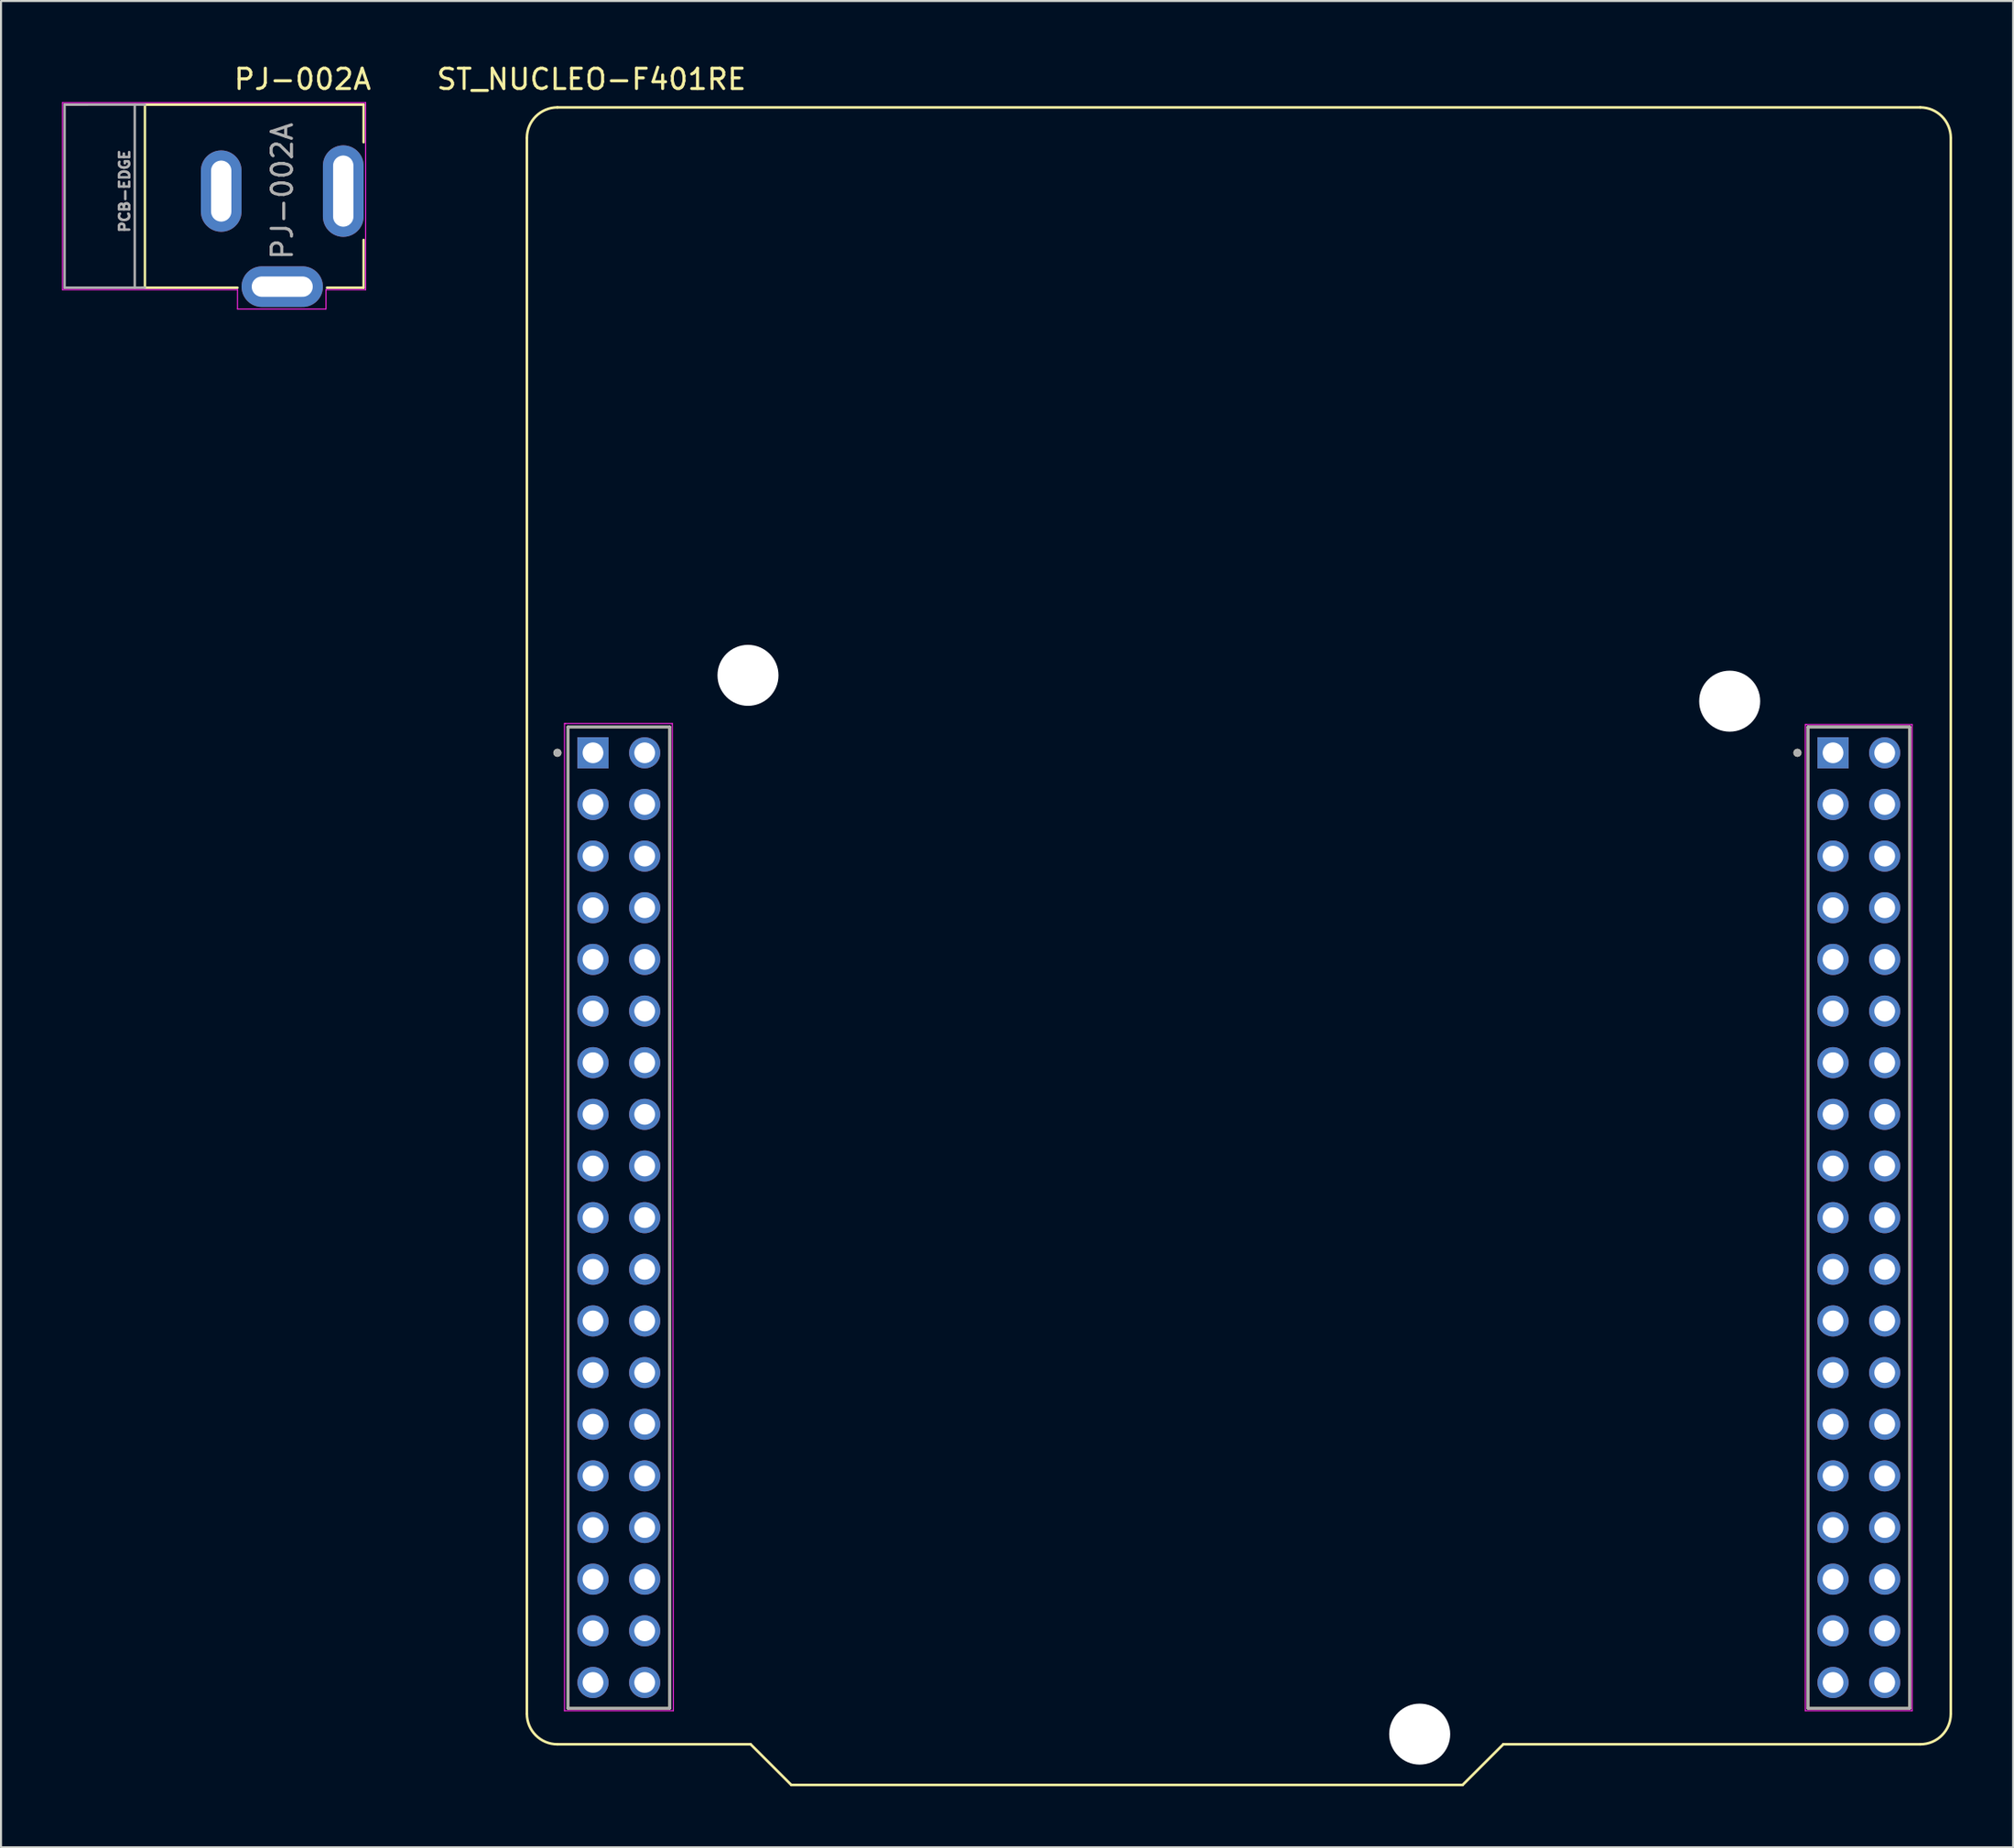
<source format=kicad_pcb>
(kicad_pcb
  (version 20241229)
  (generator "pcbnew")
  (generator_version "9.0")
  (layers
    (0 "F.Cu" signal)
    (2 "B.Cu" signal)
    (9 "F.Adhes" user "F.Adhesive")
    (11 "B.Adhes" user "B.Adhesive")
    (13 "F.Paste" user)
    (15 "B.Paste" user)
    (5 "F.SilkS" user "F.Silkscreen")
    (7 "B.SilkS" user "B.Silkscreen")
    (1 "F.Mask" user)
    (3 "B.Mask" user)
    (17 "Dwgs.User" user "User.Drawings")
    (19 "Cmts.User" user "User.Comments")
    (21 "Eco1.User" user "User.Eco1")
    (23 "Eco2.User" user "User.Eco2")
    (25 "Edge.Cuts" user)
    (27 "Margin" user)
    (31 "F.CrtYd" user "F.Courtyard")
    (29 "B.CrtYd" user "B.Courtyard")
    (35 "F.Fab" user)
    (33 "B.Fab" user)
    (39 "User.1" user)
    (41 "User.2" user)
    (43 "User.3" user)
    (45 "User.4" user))
  (footprint "ST_NUCLEO-F401RE"
    (layer "F.Cu")
    (at 57.852 43.483)
    (property "Reference" "ST_NUCLEO-F401RE" (at -31.825 -42.635 0) (layer "F.SilkS") (effects (font (size 1 1) (thickness 0.15))))
    (attr through_hole)
    (fp_line (start -35 37.75) (end -35 -39.75) (stroke (width 0.127) (type solid)) (layer "F.SilkS"))
    (fp_line (start -33.5 -41.25) (end 33.5 -41.25) (stroke (width 0.127) (type solid)) (layer "F.SilkS"))
    (fp_line (start -32.98 -10.78) (end -32.98 37.48) (stroke (width 0.127) (type solid)) (layer "F.SilkS"))
    (fp_line (start -32.98 37.48) (end -27.98 37.48) (stroke (width 0.127) (type solid)) (layer "F.SilkS"))
    (fp_line (start -27.98 -10.78) (end -32.98 -10.78) (stroke (width 0.127) (type solid)) (layer "F.SilkS"))
    (fp_line (start -27.98 37.48) (end -27.98 -10.78) (stroke (width 0.127) (type solid)) (layer "F.SilkS"))
    (fp_line (start -24 39.25) (end -33.5 39.25) (stroke (width 0.127) (type solid)) (layer "F.SilkS"))
    (fp_line (start -22 41.25) (end -24 39.25) (stroke (width 0.127) (type solid)) (layer "F.SilkS"))
    (fp_line (start 11 41.25) (end -22 41.25) (stroke (width 0.127) (type solid)) (layer "F.SilkS"))
    (fp_line (start 13 39.25) (end 11 41.25) (stroke (width 0.127) (type solid)) (layer "F.SilkS"))
    (fp_line (start 27.98 -10.78) (end 27.98 37.48) (stroke (width 0.127) (type solid)) (layer "F.SilkS"))
    (fp_line (start 27.98 37.48) (end 32.98 37.48) (stroke (width 0.127) (type solid)) (layer "F.SilkS"))
    (fp_line (start 32.98 -10.78) (end 27.98 -10.78) (stroke (width 0.127) (type solid)) (layer "F.SilkS"))
    (fp_line (start 32.98 37.48) (end 32.98 -10.78) (stroke (width 0.127) (type solid)) (layer "F.SilkS"))
    (fp_line (start 33.5 39.25) (end 13 39.25) (stroke (width 0.127) (type solid)) (layer "F.SilkS"))
    (fp_line (start 35 -39.75) (end 35 37.75) (stroke (width 0.127) (type solid)) (layer "F.SilkS"))
    (fp_arc (start -35 -39.75) (mid -34.56066 -40.81066) (end -33.5 -41.25) (stroke (width 0.127) (type solid)) (layer "F.SilkS"))
    (fp_arc (start -33.5 39.25) (mid -34.56066 38.81066) (end -35 37.75) (stroke (width 0.127) (type solid)) (layer "F.SilkS"))
    (fp_arc (start 33.5 -41.25) (mid 34.56066 -40.81066) (end 35 -39.75) (stroke (width 0.127) (type solid)) (layer "F.SilkS"))
    (fp_arc (start 35 37.75) (mid 34.56066 38.81066) (end 33.5 39.25) (stroke (width 0.127) (type solid)) (layer "F.SilkS"))
    (fp_circle (center -33.5 -9.51) (end -33.4 -9.51) (stroke (width 0.2) (type solid)) (fill no) (layer "F.SilkS"))
    (fp_circle (center 27.46 -9.51) (end 27.56 -9.51) (stroke (width 0.2) (type solid)) (fill no) (layer "F.SilkS"))
    (fp_line (start -33.15 -10.95) (end -33.1 -10.95) (stroke (width 0.05) (type solid)) (layer "F.CrtYd"))
    (fp_line (start -33.15 37.6) (end -33.15 -10.95) (stroke (width 0.05) (type solid)) (layer "F.CrtYd"))
    (fp_line (start -33.1 -10.95) (end -27.85 -10.95) (stroke (width 0.05) (type solid)) (layer "F.CrtYd"))
    (fp_line (start -27.85 -10.95) (end -27.8 37.6) (stroke (width 0.05) (type solid)) (layer "F.CrtYd"))
    (fp_line (start -27.8 37.6) (end -33.15 37.6) (stroke (width 0.05) (type solid)) (layer "F.CrtYd"))
    (fp_line (start 27.85 -10.9) (end 27.9 -10.9) (stroke (width 0.05) (type solid)) (layer "F.CrtYd"))
    (fp_line (start 27.85 37.6) (end 27.85 -10.9) (stroke (width 0.05) (type solid)) (layer "F.CrtYd"))
    (fp_line (start 27.9 -10.9) (end 33.1 -10.9) (stroke (width 0.05) (type solid)) (layer "F.CrtYd"))
    (fp_line (start 33.1 -10.9) (end 33.1 37.6) (stroke (width 0.05) (type solid)) (layer "F.CrtYd"))
    (fp_line (start 33.1 37.6) (end 27.85 37.6) (stroke (width 0.05) (type solid)) (layer "F.CrtYd"))
    (fp_line (start -32.98 -10.78) (end -32.98 37.48) (stroke (width 0.127) (type solid)) (layer "F.Fab"))
    (fp_line (start -32.98 37.48) (end -27.98 37.48) (stroke (width 0.127) (type solid)) (layer "F.Fab"))
    (fp_line (start -27.98 -10.78) (end -32.98 -10.78) (stroke (width 0.127) (type solid)) (layer "F.Fab"))
    (fp_line (start -27.98 37.48) (end -27.98 -10.78) (stroke (width 0.127) (type solid)) (layer "F.Fab"))
    (fp_line (start 27.98 -10.78) (end 27.98 37.48) (stroke (width 0.127) (type solid)) (layer "F.Fab"))
    (fp_line (start 27.98 37.48) (end 32.98 37.48) (stroke (width 0.127) (type solid)) (layer "F.Fab"))
    (fp_line (start 32.98 -10.78) (end 27.98 -10.78) (stroke (width 0.127) (type solid)) (layer "F.Fab"))
    (fp_line (start 32.98 37.48) (end 32.98 -10.78) (stroke (width 0.127) (type solid)) (layer "F.Fab"))
    (fp_circle (center -33.5 -9.51) (end -33.4 -9.51) (stroke (width 0.2) (type solid)) (fill no) (layer "F.Fab"))
    (fp_circle (center 27.46 -9.51) (end 27.56 -9.51) (stroke (width 0.2) (type solid)) (fill no) (layer "F.Fab"))
    (pad "" np_thru_hole circle (at -24.13 -13.32) (size 3 3) (drill 3) (layers "*.Cu" "*.Mask"))
    (pad "" np_thru_hole circle (at 8.89 38.75) (size 3 3) (drill 3) (layers "*.Cu" "*.Mask"))
    (pad "" np_thru_hole circle (at 24.13 -12.05) (size 3 3) (drill 3) (layers "*.Cu" "*.Mask"))
    (pad "1" thru_hole rect (at -31.75 -9.51) (size 1.53 1.53) (drill 1.02) (layers "*.Cu" "*.Mask"))
    (pad "2" thru_hole circle (at -29.21 -9.51) (size 1.53 1.53) (drill 1.02) (layers "*.Cu" "*.Mask"))
    (pad "3" thru_hole circle (at -31.75 -6.97) (size 1.53 1.53) (drill 1.02) (layers "*.Cu" "*.Mask"))
    (pad "4" thru_hole circle (at -29.21 -6.97) (size 1.53 1.53) (drill 1.02) (layers "*.Cu" "*.Mask"))
    (pad "5" thru_hole circle (at -31.75 -4.43) (size 1.53 1.53) (drill 1.02) (layers "*.Cu" "*.Mask"))
    (pad "6" thru_hole circle (at -29.21 -4.43) (size 1.53 1.53) (drill 1.02) (layers "*.Cu" "*.Mask"))
    (pad "7" thru_hole circle (at -31.75 -1.89) (size 1.53 1.53) (drill 1.02) (layers "*.Cu" "*.Mask"))
    (pad "8" thru_hole circle (at -29.21 -1.89) (size 1.53 1.53) (drill 1.02) (layers "*.Cu" "*.Mask"))
    (pad "9" thru_hole circle (at -31.75 0.65) (size 1.53 1.53) (drill 1.02) (layers "*.Cu" "*.Mask"))
    (pad "10" thru_hole circle (at -29.21 0.65) (size 1.53 1.53) (drill 1.02) (layers "*.Cu" "*.Mask"))
    (pad "11" thru_hole circle (at -31.75 3.19) (size 1.53 1.53) (drill 1.02) (layers "*.Cu" "*.Mask"))
    (pad "12" thru_hole circle (at -29.21 3.19) (size 1.53 1.53) (drill 1.02) (layers "*.Cu" "*.Mask"))
    (pad "13" thru_hole circle (at -31.75 5.73) (size 1.53 1.53) (drill 1.02) (layers "*.Cu" "*.Mask"))
    (pad "14" thru_hole circle (at -29.21 5.73) (size 1.53 1.53) (drill 1.02) (layers "*.Cu" "*.Mask"))
    (pad "15" thru_hole circle (at -31.75 8.27) (size 1.53 1.53) (drill 1.02) (layers "*.Cu" "*.Mask"))
    (pad "16" thru_hole circle (at -29.21 8.27) (size 1.53 1.53) (drill 1.02) (layers "*.Cu" "*.Mask"))
    (pad "17" thru_hole circle (at -31.75 10.81) (size 1.53 1.53) (drill 1.02) (layers "*.Cu" "*.Mask"))
    (pad "18" thru_hole circle (at -29.21 10.81) (size 1.53 1.53) (drill 1.02) (layers "*.Cu" "*.Mask"))
    (pad "19" thru_hole circle (at -31.75 13.35) (size 1.53 1.53) (drill 1.02) (layers "*.Cu" "*.Mask"))
    (pad "20" thru_hole circle (at -29.21 13.35) (size 1.53 1.53) (drill 1.02) (layers "*.Cu" "*.Mask"))
    (pad "21" thru_hole circle (at -31.75 15.89) (size 1.53 1.53) (drill 1.02) (layers "*.Cu" "*.Mask"))
    (pad "22" thru_hole circle (at -29.21 15.89) (size 1.53 1.53) (drill 1.02) (layers "*.Cu" "*.Mask"))
    (pad "23" thru_hole circle (at -31.75 18.43) (size 1.53 1.53) (drill 1.02) (layers "*.Cu" "*.Mask"))
    (pad "24" thru_hole circle (at -29.21 18.43) (size 1.53 1.53) (drill 1.02) (layers "*.Cu" "*.Mask"))
    (pad "25" thru_hole circle (at -31.75 20.97) (size 1.53 1.53) (drill 1.02) (layers "*.Cu" "*.Mask"))
    (pad "26" thru_hole circle (at -29.21 20.97) (size 1.53 1.53) (drill 1.02) (layers "*.Cu" "*.Mask"))
    (pad "27" thru_hole circle (at -31.75 23.51) (size 1.53 1.53) (drill 1.02) (layers "*.Cu" "*.Mask"))
    (pad "28" thru_hole circle (at -29.21 23.51) (size 1.53 1.53) (drill 1.02) (layers "*.Cu" "*.Mask"))
    (pad "29" thru_hole circle (at -31.75 26.05) (size 1.53 1.53) (drill 1.02) (layers "*.Cu" "*.Mask"))
    (pad "30" thru_hole circle (at -29.21 26.05) (size 1.53 1.53) (drill 1.02) (layers "*.Cu" "*.Mask"))
    (pad "31" thru_hole circle (at -31.75 28.59) (size 1.53 1.53) (drill 1.02) (layers "*.Cu" "*.Mask"))
    (pad "32" thru_hole circle (at -29.21 28.59) (size 1.53 1.53) (drill 1.02) (layers "*.Cu" "*.Mask"))
    (pad "33" thru_hole circle (at -31.75 31.13) (size 1.53 1.53) (drill 1.02) (layers "*.Cu" "*.Mask"))
    (pad "34" thru_hole circle (at -29.21 31.13) (size 1.53 1.53) (drill 1.02) (layers "*.Cu" "*.Mask"))
    (pad "35" thru_hole circle (at -31.75 33.67) (size 1.53 1.53) (drill 1.02) (layers "*.Cu" "*.Mask"))
    (pad "36" thru_hole circle (at -29.21 33.67) (size 1.53 1.53) (drill 1.02) (layers "*.Cu" "*.Mask"))
    (pad "37" thru_hole circle (at -31.75 36.21) (size 1.53 1.53) (drill 1.02) (layers "*.Cu" "*.Mask"))
    (pad "38" thru_hole circle (at -29.21 36.21) (size 1.53 1.53) (drill 1.02) (layers "*.Cu" "*.Mask"))
    (pad "39" thru_hole rect (at 29.21 -9.51) (size 1.53 1.53) (drill 1.02) (layers "*.Cu" "*.Mask"))
    (pad "40" thru_hole circle (at 31.75 -9.51) (size 1.53 1.53) (drill 1.02) (layers "*.Cu" "*.Mask"))
    (pad "41" thru_hole circle (at 29.21 -6.97) (size 1.53 1.53) (drill 1.02) (layers "*.Cu" "*.Mask"))
    (pad "42" thru_hole circle (at 31.75 -6.97) (size 1.53 1.53) (drill 1.02) (layers "*.Cu" "*.Mask"))
    (pad "43" thru_hole circle (at 29.21 -4.43) (size 1.53 1.53) (drill 1.02) (layers "*.Cu" "*.Mask"))
    (pad "44" thru_hole circle (at 31.75 -4.43) (size 1.53 1.53) (drill 1.02) (layers "*.Cu" "*.Mask"))
    (pad "45" thru_hole circle (at 29.21 -1.89) (size 1.53 1.53) (drill 1.02) (layers "*.Cu" "*.Mask"))
    (pad "46" thru_hole circle (at 31.75 -1.89) (size 1.53 1.53) (drill 1.02) (layers "*.Cu" "*.Mask"))
    (pad "47" thru_hole circle (at 29.21 0.65) (size 1.53 1.53) (drill 1.02) (layers "*.Cu" "*.Mask"))
    (pad "48" thru_hole circle (at 31.75 0.65) (size 1.53 1.53) (drill 1.02) (layers "*.Cu" "*.Mask"))
    (pad "49" thru_hole circle (at 29.21 3.19) (size 1.53 1.53) (drill 1.02) (layers "*.Cu" "*.Mask"))
    (pad "50" thru_hole circle (at 31.75 3.19) (size 1.53 1.53) (drill 1.02) (layers "*.Cu" "*.Mask"))
    (pad "51" thru_hole circle (at 29.21 5.73) (size 1.53 1.53) (drill 1.02) (layers "*.Cu" "*.Mask"))
    (pad "52" thru_hole circle (at 31.75 5.73) (size 1.53 1.53) (drill 1.02) (layers "*.Cu" "*.Mask"))
    (pad "53" thru_hole circle (at 29.21 8.27) (size 1.53 1.53) (drill 1.02) (layers "*.Cu" "*.Mask"))
    (pad "54" thru_hole circle (at 31.75 8.27) (size 1.53 1.53) (drill 1.02) (layers "*.Cu" "*.Mask"))
    (pad "55" thru_hole circle (at 29.21 10.81) (size 1.53 1.53) (drill 1.02) (layers "*.Cu" "*.Mask"))
    (pad "56" thru_hole circle (at 31.75 10.81) (size 1.53 1.53) (drill 1.02) (layers "*.Cu" "*.Mask"))
    (pad "57" thru_hole circle (at 29.21 13.35) (size 1.53 1.53) (drill 1.02) (layers "*.Cu" "*.Mask"))
    (pad "58" thru_hole circle (at 31.75 13.35) (size 1.53 1.53) (drill 1.02) (layers "*.Cu" "*.Mask"))
    (pad "59" thru_hole circle (at 29.21 15.89) (size 1.53 1.53) (drill 1.02) (layers "*.Cu" "*.Mask"))
    (pad "60" thru_hole circle (at 31.75 15.89) (size 1.53 1.53) (drill 1.02) (layers "*.Cu" "*.Mask"))
    (pad "61" thru_hole circle (at 29.21 18.43) (size 1.53 1.53) (drill 1.02) (layers "*.Cu" "*.Mask"))
    (pad "62" thru_hole circle (at 31.75 18.43) (size 1.53 1.53) (drill 1.02) (layers "*.Cu" "*.Mask"))
    (pad "63" thru_hole circle (at 29.21 20.97) (size 1.53 1.53) (drill 1.02) (layers "*.Cu" "*.Mask"))
    (pad "64" thru_hole circle (at 31.75 20.97) (size 1.53 1.53) (drill 1.02) (layers "*.Cu" "*.Mask"))
    (pad "65" thru_hole circle (at 29.21 23.51) (size 1.53 1.53) (drill 1.02) (layers "*.Cu" "*.Mask"))
    (pad "66" thru_hole circle (at 31.75 23.51) (size 1.53 1.53) (drill 1.02) (layers "*.Cu" "*.Mask"))
    (pad "67" thru_hole circle (at 29.21 26.05) (size 1.53 1.53) (drill 1.02) (layers "*.Cu" "*.Mask"))
    (pad "68" thru_hole circle (at 31.75 26.05) (size 1.53 1.53) (drill 1.02) (layers "*.Cu" "*.Mask"))
    (pad "69" thru_hole circle (at 29.21 28.59) (size 1.53 1.53) (drill 1.02) (layers "*.Cu" "*.Mask"))
    (pad "70" thru_hole circle (at 31.75 28.59) (size 1.53 1.53) (drill 1.02) (layers "*.Cu" "*.Mask"))
    (pad "71" thru_hole circle (at 29.21 31.13) (size 1.53 1.53) (drill 1.02) (layers "*.Cu" "*.Mask"))
    (pad "72" thru_hole circle (at 31.75 31.13) (size 1.53 1.53) (drill 1.02) (layers "*.Cu" "*.Mask"))
    (pad "73" thru_hole circle (at 29.21 33.67) (size 1.53 1.53) (drill 1.02) (layers "*.Cu" "*.Mask"))
    (pad "74" thru_hole circle (at 31.75 33.67) (size 1.53 1.53) (drill 1.02) (layers "*.Cu" "*.Mask"))
    (pad "75" thru_hole circle (at 29.21 36.21) (size 1.53 1.53) (drill 1.02) (layers "*.Cu" "*.Mask"))
    (pad "76" thru_hole circle (at 31.75 36.21) (size 1.53 1.53) (drill 1.02) (layers "*.Cu" "*.Mask")))
  (footprint "PJ-002A"
    (layer "F.Cu")
    (at 13.825 6.348)
    (property "Reference" "PJ-002A" (at -2 -5.5 0) (unlocked yes) (layer "F.SilkS") (effects (font (size 1 1) (thickness 0.15))))
    (attr through_hole)
    (fp_line (start -9.75 -4.25) (end 1 -4.25) (stroke (width 0.12) (type solid)) (layer "F.SilkS"))
    (fp_line (start -9.75 4.75) (end -9.75 -4.25) (stroke (width 0.12) (type solid)) (layer "F.SilkS"))
    (fp_line (start -5.2 4.75) (end -9.75 4.75) (stroke (width 0.12) (type solid)) (layer "F.SilkS"))
    (fp_line (start -0.8 4.75) (end 1 4.75) (stroke (width 0.12) (type solid)) (layer "F.SilkS"))
    (fp_line (start 1 -4.25) (end 1 -2.4) (stroke (width 0.12) (type solid)) (layer "F.SilkS"))
    (fp_line (start 1 4.75) (end 1 2.4) (stroke (width 0.12) (type solid)) (layer "F.SilkS"))
    (fp_line (start -13.8 -4.35) (end -13.8 4.85) (stroke (width 0.05) (type solid)) (layer "F.CrtYd"))
    (fp_line (start -13.8 4.85) (end -5.2 4.85) (stroke (width 0.05) (type solid)) (layer "F.CrtYd"))
    (fp_line (start -5.2 4.85) (end -5.2 5.8) (stroke (width 0.05) (type solid)) (layer "F.CrtYd"))
    (fp_line (start -5.2 5.8) (end -0.85 5.8) (stroke (width 0.05) (type solid)) (layer "F.CrtYd"))
    (fp_line (start -0.85 4.85) (end 1.1 4.85) (stroke (width 0.05) (type solid)) (layer "F.CrtYd"))
    (fp_line (start -0.85 5.8) (end -0.85 4.85) (stroke (width 0.05) (type solid)) (layer "F.CrtYd"))
    (fp_line (start 1.1 -4.35) (end -13.8 -4.35) (stroke (width 0.05) (type solid)) (layer "F.CrtYd"))
    (fp_line (start 1.1 4.85) (end 1.1 -4.35) (stroke (width 0.05) (type solid)) (layer "F.CrtYd"))
    (fp_line (start -13.7 -4.25) (end -9.75 -4.252) (stroke (width 0.12) (type solid)) (layer "F.Fab"))
    (fp_line (start -13.7 4.75) (end -13.7 -4.25) (stroke (width 0.12) (type solid)) (layer "F.Fab"))
    (fp_line (start -13.7 4.75) (end -9.75 4.748) (stroke (width 0.12) (type solid)) (layer "F.Fab"))
    (fp_line (start -10.25 4.75) (end -10.25 -4.25) (stroke (width 0.12) (type solid)) (layer "F.Fab"))
    (fp_text user "PCB-EDGE" (at -10.75 0 90) (unlocked yes) (layer "F.Fab") (effects (font (size 0.5 0.5) (thickness 0.125))))
    (fp_text user "${REFERENCE}" (at -3 0 90) (unlocked yes) (layer "F.Fab") (effects (font (size 1 1) (thickness 0.15))))
    (pad "1" thru_hole oval (at 0 0) (size 2 4.5) (drill oval 1 3.5) (layers "*.Cu" "*.Mask"))
    (pad "2" thru_hole oval (at -6 0) (size 2 4) (drill oval 1 3) (layers "*.Cu" "*.Mask"))
    (pad "3" thru_hole oval (at -3 4.7 90) (size 2 4) (drill oval 1 3) (layers "*.Cu" "*.Mask")))
  (gr_rect
    (start -3 -3)
    (end 95.916 87.797)
    (stroke (width 0.1) (type default))
    (fill no)
    (layer "Edge.Cuts")))
</source>
